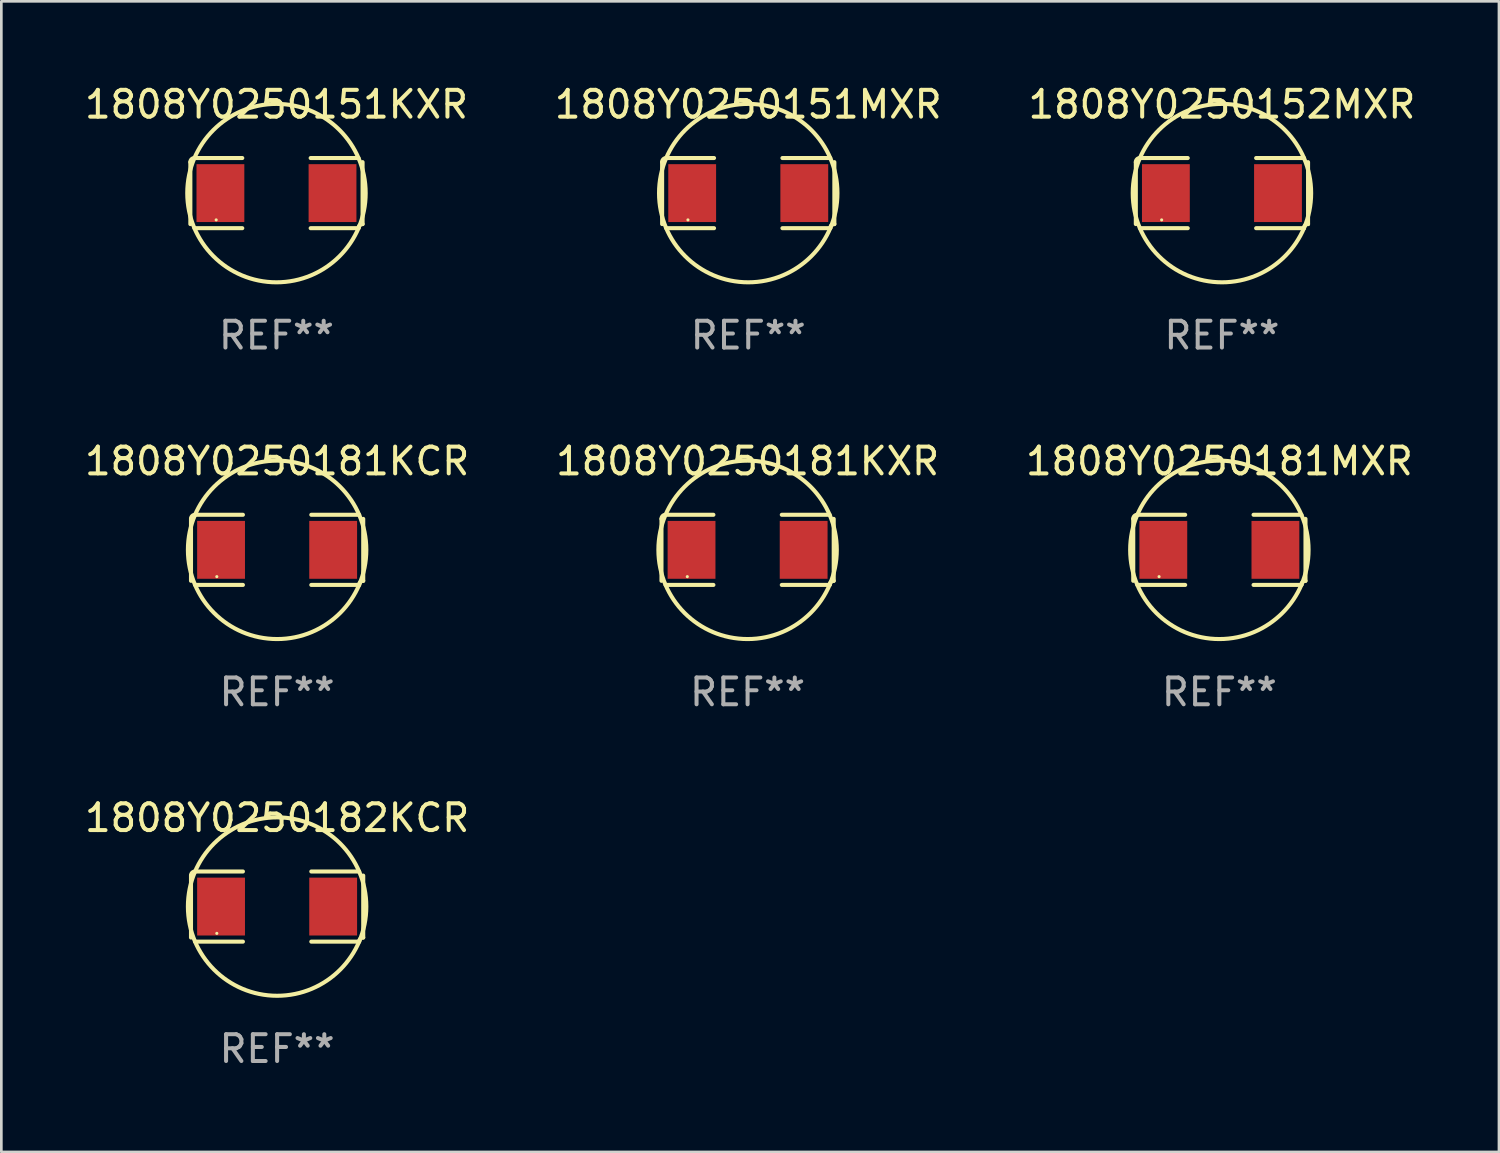
<source format=kicad_pcb>
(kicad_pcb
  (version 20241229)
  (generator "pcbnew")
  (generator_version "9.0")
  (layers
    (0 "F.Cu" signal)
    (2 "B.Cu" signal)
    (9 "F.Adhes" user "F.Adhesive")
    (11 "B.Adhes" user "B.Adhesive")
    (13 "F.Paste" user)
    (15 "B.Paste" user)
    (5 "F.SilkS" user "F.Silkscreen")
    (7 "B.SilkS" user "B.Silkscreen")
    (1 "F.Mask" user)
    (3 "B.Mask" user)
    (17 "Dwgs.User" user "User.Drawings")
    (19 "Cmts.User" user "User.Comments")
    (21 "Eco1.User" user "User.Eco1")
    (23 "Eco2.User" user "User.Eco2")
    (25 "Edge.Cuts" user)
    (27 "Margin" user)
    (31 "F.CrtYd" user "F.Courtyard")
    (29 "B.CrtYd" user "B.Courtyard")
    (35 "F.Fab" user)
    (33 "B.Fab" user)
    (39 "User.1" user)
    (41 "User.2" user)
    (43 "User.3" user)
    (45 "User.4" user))
  (footprint "1808Y0250152MXR"
    (layer "F.Cu")
    (at 42.554 4.157)
    (property "Reference" "1808Y0250152MXR" (at 0 -3.309 0) (layer "F.SilkS") (effects (font (size 1 1) (thickness 0.15))))
    (attr through_hole)
    (fp_line (start -3.214 -1.156) (end -3.214 1.156) (stroke (width 0.152) (type solid)) (layer "F.SilkS"))
    (fp_line (start -3.061 1.309) (end -1.276 1.309) (stroke (width 0.152) (type solid)) (layer "F.SilkS"))
    (fp_line (start -1.276 -1.309) (end -3.061 -1.309) (stroke (width 0.152) (type solid)) (layer "F.SilkS"))
    (fp_line (start 1.276 -1.309) (end 3.061 -1.309) (stroke (width 0.152) (type solid)) (layer "F.SilkS"))
    (fp_line (start 3.061 1.309) (end 1.276 1.309) (stroke (width 0.152) (type solid)) (layer "F.SilkS"))
    (fp_line (start 3.214 -1.156) (end 3.214 1.156) (stroke (width 0.152) (type solid)) (layer "F.SilkS"))
    (fp_arc (start -3.21359 -1.15621) (mid -3.168953 -1.263974) (end -3.061189 -1.308611) (stroke (width 0.1524) (type solid)) (layer "F.SilkS"))
    (fp_arc (start 3.061188 1.308611) (mid 3.105825 1.200847) (end 3.213589 1.15621) (stroke (width 0.1524) (type solid)) (layer "F.SilkS"))
    (fp_arc (start 3.061189 -1.308611) (mid -3.061167 1.308589) (end 3.061189 -1.308611) (stroke (width 0.1524) (type solid)) (layer "F.SilkS"))
    (fp_circle (center -2.25 1) (end -2.22 1) (stroke (width 0.06) (type solid)) (fill no) (layer "F.SilkS"))
    (fp_text user "REF**" (at 0 5.309 0) (layer "F.Fab") (effects (font (size 1 1) (thickness 0.15))))
    (pad "1" smd rect (at -2.092 0) (size 1.785 2.16) (layers "F.Cu" "F.Mask" "F.Paste"))
    (pad "2" smd rect (at 2.092 0) (size 1.785 2.16) (layers "F.Cu" "F.Mask" "F.Paste")))
  (footprint "1808Y0250182KCR"
    (layer "F.Cu")
    (at 7.292 30.784)
    (property "Reference" "1808Y0250182KCR" (at 0 -3.309 0) (layer "F.SilkS") (effects (font (size 1 1) (thickness 0.15))))
    (attr through_hole)
    (fp_line (start -3.214 -1.156) (end -3.214 1.156) (stroke (width 0.152) (type solid)) (layer "F.SilkS"))
    (fp_line (start -3.061 1.309) (end -1.276 1.309) (stroke (width 0.152) (type solid)) (layer "F.SilkS"))
    (fp_line (start -1.276 -1.309) (end -3.061 -1.309) (stroke (width 0.152) (type solid)) (layer "F.SilkS"))
    (fp_line (start 1.276 -1.309) (end 3.061 -1.309) (stroke (width 0.152) (type solid)) (layer "F.SilkS"))
    (fp_line (start 3.061 1.309) (end 1.276 1.309) (stroke (width 0.152) (type solid)) (layer "F.SilkS"))
    (fp_line (start 3.214 -1.156) (end 3.214 1.156) (stroke (width 0.152) (type solid)) (layer "F.SilkS"))
    (fp_arc (start -3.21359 -1.15621) (mid -3.168953 -1.263974) (end -3.061189 -1.308611) (stroke (width 0.1524) (type solid)) (layer "F.SilkS"))
    (fp_arc (start 3.061188 1.308611) (mid 3.105825 1.200847) (end 3.213589 1.15621) (stroke (width 0.1524) (type solid)) (layer "F.SilkS"))
    (fp_arc (start 3.061189 -1.308611) (mid -3.061167 1.308589) (end 3.061189 -1.308611) (stroke (width 0.1524) (type solid)) (layer "F.SilkS"))
    (fp_circle (center -2.25 1) (end -2.22 1) (stroke (width 0.06) (type solid)) (fill no) (layer "F.SilkS"))
    (fp_text user "REF**" (at 0 5.309 0) (layer "F.Fab") (effects (font (size 1 1) (thickness 0.15))))
    (pad "1" smd rect (at -2.092 0) (size 1.785 2.16) (layers "F.Cu" "F.Mask" "F.Paste"))
    (pad "2" smd rect (at 2.092 0) (size 1.785 2.16) (layers "F.Cu" "F.Mask" "F.Paste")))
  (footprint "1808Y0250181MXR"
    (layer "F.Cu")
    (at 42.458 17.471)
    (property "Reference" "1808Y0250181MXR" (at 0 -3.309 0) (layer "F.SilkS") (effects (font (size 1 1) (thickness 0.15))))
    (attr through_hole)
    (fp_line (start -3.214 -1.156) (end -3.214 1.156) (stroke (width 0.152) (type solid)) (layer "F.SilkS"))
    (fp_line (start -3.061 1.309) (end -1.276 1.309) (stroke (width 0.152) (type solid)) (layer "F.SilkS"))
    (fp_line (start -1.276 -1.309) (end -3.061 -1.309) (stroke (width 0.152) (type solid)) (layer "F.SilkS"))
    (fp_line (start 1.276 -1.309) (end 3.061 -1.309) (stroke (width 0.152) (type solid)) (layer "F.SilkS"))
    (fp_line (start 3.061 1.309) (end 1.276 1.309) (stroke (width 0.152) (type solid)) (layer "F.SilkS"))
    (fp_line (start 3.214 -1.156) (end 3.214 1.156) (stroke (width 0.152) (type solid)) (layer "F.SilkS"))
    (fp_arc (start -3.21359 -1.15621) (mid -3.168953 -1.263974) (end -3.061189 -1.308611) (stroke (width 0.1524) (type solid)) (layer "F.SilkS"))
    (fp_arc (start 3.061188 1.308611) (mid 3.105825 1.200847) (end 3.213589 1.15621) (stroke (width 0.1524) (type solid)) (layer "F.SilkS"))
    (fp_arc (start 3.061189 -1.308611) (mid -3.061167 1.308589) (end 3.061189 -1.308611) (stroke (width 0.1524) (type solid)) (layer "F.SilkS"))
    (fp_circle (center -2.25 1) (end -2.22 1) (stroke (width 0.06) (type solid)) (fill no) (layer "F.SilkS"))
    (fp_text user "REF**" (at 0 5.309 0) (layer "F.Fab") (effects (font (size 1 1) (thickness 0.15))))
    (pad "1" smd rect (at -2.092 0) (size 1.785 2.16) (layers "F.Cu" "F.Mask" "F.Paste"))
    (pad "2" smd rect (at 2.092 0) (size 1.785 2.16) (layers "F.Cu" "F.Mask" "F.Paste")))
  (footprint "1808Y0250181KCR"
    (layer "F.Cu")
    (at 7.292 17.471)
    (property "Reference" "1808Y0250181KCR" (at 0 -3.309 0) (layer "F.SilkS") (effects (font (size 1 1) (thickness 0.15))))
    (attr through_hole)
    (fp_line (start -3.214 -1.156) (end -3.214 1.156) (stroke (width 0.152) (type solid)) (layer "F.SilkS"))
    (fp_line (start -3.061 1.309) (end -1.276 1.309) (stroke (width 0.152) (type solid)) (layer "F.SilkS"))
    (fp_line (start -1.276 -1.309) (end -3.061 -1.309) (stroke (width 0.152) (type solid)) (layer "F.SilkS"))
    (fp_line (start 1.276 -1.309) (end 3.061 -1.309) (stroke (width 0.152) (type solid)) (layer "F.SilkS"))
    (fp_line (start 3.061 1.309) (end 1.276 1.309) (stroke (width 0.152) (type solid)) (layer "F.SilkS"))
    (fp_line (start 3.214 -1.156) (end 3.214 1.156) (stroke (width 0.152) (type solid)) (layer "F.SilkS"))
    (fp_arc (start -3.21359 -1.15621) (mid -3.168953 -1.263974) (end -3.061189 -1.308611) (stroke (width 0.1524) (type solid)) (layer "F.SilkS"))
    (fp_arc (start 3.061188 1.308611) (mid 3.105825 1.200847) (end 3.213589 1.15621) (stroke (width 0.1524) (type solid)) (layer "F.SilkS"))
    (fp_arc (start 3.061189 -1.308611) (mid -3.061167 1.308589) (end 3.061189 -1.308611) (stroke (width 0.1524) (type solid)) (layer "F.SilkS"))
    (fp_circle (center -2.25 1) (end -2.22 1) (stroke (width 0.06) (type solid)) (fill no) (layer "F.SilkS"))
    (fp_text user "REF**" (at 0 5.309 0) (layer "F.Fab") (effects (font (size 1 1) (thickness 0.15))))
    (pad "1" smd rect (at -2.092 0) (size 1.785 2.16) (layers "F.Cu" "F.Mask" "F.Paste"))
    (pad "2" smd rect (at 2.092 0) (size 1.785 2.16) (layers "F.Cu" "F.Mask" "F.Paste")))
  (footprint "1808Y0250151MXR"
    (layer "F.Cu")
    (at 24.875 4.157)
    (property "Reference" "1808Y0250151MXR" (at 0 -3.309 0) (layer "F.SilkS") (effects (font (size 1 1) (thickness 0.15))))
    (attr through_hole)
    (fp_line (start -3.214 -1.156) (end -3.214 1.156) (stroke (width 0.152) (type solid)) (layer "F.SilkS"))
    (fp_line (start -3.061 1.309) (end -1.276 1.309) (stroke (width 0.152) (type solid)) (layer "F.SilkS"))
    (fp_line (start -1.276 -1.309) (end -3.061 -1.309) (stroke (width 0.152) (type solid)) (layer "F.SilkS"))
    (fp_line (start 1.276 -1.309) (end 3.061 -1.309) (stroke (width 0.152) (type solid)) (layer "F.SilkS"))
    (fp_line (start 3.061 1.309) (end 1.276 1.309) (stroke (width 0.152) (type solid)) (layer "F.SilkS"))
    (fp_line (start 3.214 -1.156) (end 3.214 1.156) (stroke (width 0.152) (type solid)) (layer "F.SilkS"))
    (fp_arc (start -3.21359 -1.15621) (mid -3.168953 -1.263974) (end -3.061189 -1.308611) (stroke (width 0.1524) (type solid)) (layer "F.SilkS"))
    (fp_arc (start 3.061188 1.308611) (mid 3.105825 1.200847) (end 3.213589 1.15621) (stroke (width 0.1524) (type solid)) (layer "F.SilkS"))
    (fp_arc (start 3.061189 -1.308611) (mid -3.061167 1.308589) (end 3.061189 -1.308611) (stroke (width 0.1524) (type solid)) (layer "F.SilkS"))
    (fp_circle (center -2.25 1) (end -2.22 1) (stroke (width 0.06) (type solid)) (fill no) (layer "F.SilkS"))
    (fp_text user "REF**" (at 0 5.309 0) (layer "F.Fab") (effects (font (size 1 1) (thickness 0.15))))
    (pad "1" smd rect (at -2.092 0) (size 1.785 2.16) (layers "F.Cu" "F.Mask" "F.Paste"))
    (pad "2" smd rect (at 2.092 0) (size 1.785 2.16) (layers "F.Cu" "F.Mask" "F.Paste")))
  (footprint "1808Y0250151KXR"
    (layer "F.Cu")
    (at 7.268 4.157)
    (property "Reference" "1808Y0250151KXR" (at 0 -3.309 0) (layer "F.SilkS") (effects (font (size 1 1) (thickness 0.15))))
    (attr through_hole)
    (fp_line (start -3.214 -1.156) (end -3.214 1.156) (stroke (width 0.152) (type solid)) (layer "F.SilkS"))
    (fp_line (start -3.061 1.309) (end -1.276 1.309) (stroke (width 0.152) (type solid)) (layer "F.SilkS"))
    (fp_line (start -1.276 -1.309) (end -3.061 -1.309) (stroke (width 0.152) (type solid)) (layer "F.SilkS"))
    (fp_line (start 1.276 -1.309) (end 3.061 -1.309) (stroke (width 0.152) (type solid)) (layer "F.SilkS"))
    (fp_line (start 3.061 1.309) (end 1.276 1.309) (stroke (width 0.152) (type solid)) (layer "F.SilkS"))
    (fp_line (start 3.214 -1.156) (end 3.214 1.156) (stroke (width 0.152) (type solid)) (layer "F.SilkS"))
    (fp_arc (start -3.21359 -1.15621) (mid -3.168953 -1.263974) (end -3.061189 -1.308611) (stroke (width 0.1524) (type solid)) (layer "F.SilkS"))
    (fp_arc (start 3.061188 1.308611) (mid 3.105825 1.200847) (end 3.213589 1.15621) (stroke (width 0.1524) (type solid)) (layer "F.SilkS"))
    (fp_arc (start 3.061189 -1.308611) (mid -3.061167 1.308589) (end 3.061189 -1.308611) (stroke (width 0.1524) (type solid)) (layer "F.SilkS"))
    (fp_circle (center -2.25 1) (end -2.22 1) (stroke (width 0.06) (type solid)) (fill no) (layer "F.SilkS"))
    (fp_text user "REF**" (at 0 5.309 0) (layer "F.Fab") (effects (font (size 1 1) (thickness 0.15))))
    (pad "1" smd rect (at -2.092 0) (size 1.785 2.16) (layers "F.Cu" "F.Mask" "F.Paste"))
    (pad "2" smd rect (at 2.092 0) (size 1.785 2.16) (layers "F.Cu" "F.Mask" "F.Paste")))
  (footprint "1808Y0250181KXR"
    (layer "F.Cu")
    (at 24.851 17.471)
    (property "Reference" "1808Y0250181KXR" (at 0 -3.309 0) (layer "F.SilkS") (effects (font (size 1 1) (thickness 0.15))))
    (attr through_hole)
    (fp_line (start -3.214 -1.156) (end -3.214 1.156) (stroke (width 0.152) (type solid)) (layer "F.SilkS"))
    (fp_line (start -3.061 1.309) (end -1.276 1.309) (stroke (width 0.152) (type solid)) (layer "F.SilkS"))
    (fp_line (start -1.276 -1.309) (end -3.061 -1.309) (stroke (width 0.152) (type solid)) (layer "F.SilkS"))
    (fp_line (start 1.276 -1.309) (end 3.061 -1.309) (stroke (width 0.152) (type solid)) (layer "F.SilkS"))
    (fp_line (start 3.061 1.309) (end 1.276 1.309) (stroke (width 0.152) (type solid)) (layer "F.SilkS"))
    (fp_line (start 3.214 -1.156) (end 3.214 1.156) (stroke (width 0.152) (type solid)) (layer "F.SilkS"))
    (fp_arc (start -3.21359 -1.15621) (mid -3.168953 -1.263974) (end -3.061189 -1.308611) (stroke (width 0.1524) (type solid)) (layer "F.SilkS"))
    (fp_arc (start 3.061188 1.308611) (mid 3.105825 1.200847) (end 3.213589 1.15621) (stroke (width 0.1524) (type solid)) (layer "F.SilkS"))
    (fp_arc (start 3.061189 -1.308611) (mid -3.061167 1.308589) (end 3.061189 -1.308611) (stroke (width 0.1524) (type solid)) (layer "F.SilkS"))
    (fp_circle (center -2.25 1) (end -2.22 1) (stroke (width 0.06) (type solid)) (fill no) (layer "F.SilkS"))
    (fp_text user "REF**" (at 0 5.309 0) (layer "F.Fab") (effects (font (size 1 1) (thickness 0.15))))
    (pad "1" smd rect (at -2.092 0) (size 1.785 2.16) (layers "F.Cu" "F.Mask" "F.Paste"))
    (pad "2" smd rect (at 2.092 0) (size 1.785 2.16) (layers "F.Cu" "F.Mask" "F.Paste")))
  (gr_rect
    (start -3 -3)
    (end 52.893 39.941)
    (stroke (width 0.1) (type default))
    (fill no)
    (layer "Edge.Cuts")))
</source>
